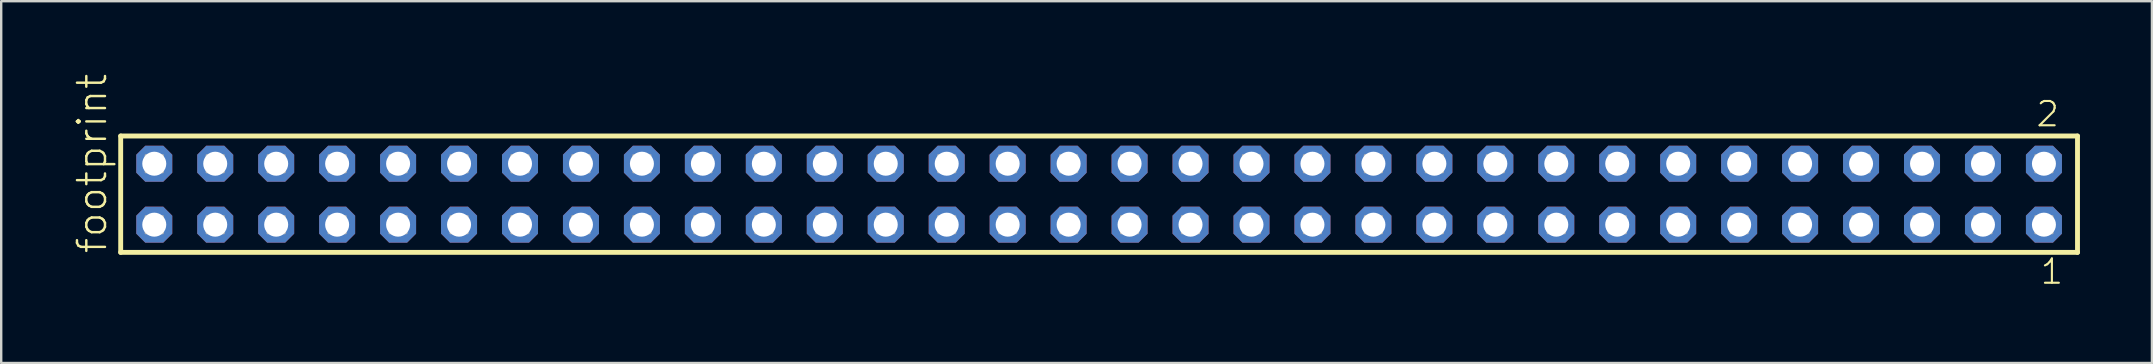
<source format=kicad_pcb>
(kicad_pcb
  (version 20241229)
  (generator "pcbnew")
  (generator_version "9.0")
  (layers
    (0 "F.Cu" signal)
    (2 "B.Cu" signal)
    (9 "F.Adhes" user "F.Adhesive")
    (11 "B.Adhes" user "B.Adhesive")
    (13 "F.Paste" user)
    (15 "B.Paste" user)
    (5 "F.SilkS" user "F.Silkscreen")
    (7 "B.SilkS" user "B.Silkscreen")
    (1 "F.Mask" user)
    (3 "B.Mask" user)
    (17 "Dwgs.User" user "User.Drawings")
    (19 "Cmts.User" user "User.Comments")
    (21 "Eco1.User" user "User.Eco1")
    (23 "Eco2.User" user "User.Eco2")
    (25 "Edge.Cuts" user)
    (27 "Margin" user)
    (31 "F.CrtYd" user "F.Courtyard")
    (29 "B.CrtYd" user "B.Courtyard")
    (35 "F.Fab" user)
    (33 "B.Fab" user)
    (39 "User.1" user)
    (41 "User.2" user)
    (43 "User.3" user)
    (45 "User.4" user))
  (footprint "footprint"
    (layer "F.Cu")
    (at 42.748 5.042)
    (property "Reference" "footprint" (at -41.275 2.54 90) (layer "F.SilkS") (effects (font (size 1.168 1.168) (thickness 0.102)) (justify left bottom)))
    (fp_line (start -40.769 -2.425) (end 40.769 -2.425) (stroke (width 0.203) (type solid)) (layer "F.SilkS"))
    (fp_line (start -40.769 2.425) (end -40.769 -2.425) (stroke (width 0.203) (type solid)) (layer "F.SilkS"))
    (fp_line (start 40.769 -2.425) (end 40.769 2.425) (stroke (width 0.203) (type solid)) (layer "F.SilkS"))
    (fp_line (start 40.769 2.425) (end -40.769 2.425) (stroke (width 0.203) (type solid)) (layer "F.SilkS"))
    (fp_poly (pts (xy -39.72 -0.92) (xy -39.02 -0.92) (xy -39.02 -1.62) (xy -39.72 -1.62)) (stroke (width 0.1) (type solid)) (fill no) (layer "F.Fab"))
    (fp_poly (pts (xy -39.72 1.62) (xy -39.02 1.62) (xy -39.02 0.92) (xy -39.72 0.92)) (stroke (width 0.1) (type solid)) (fill no) (layer "F.Fab"))
    (fp_poly (pts (xy -37.18 -0.92) (xy -36.48 -0.92) (xy -36.48 -1.62) (xy -37.18 -1.62)) (stroke (width 0.1) (type solid)) (fill no) (layer "F.Fab"))
    (fp_poly (pts (xy -37.18 1.62) (xy -36.48 1.62) (xy -36.48 0.92) (xy -37.18 0.92)) (stroke (width 0.1) (type solid)) (fill no) (layer "F.Fab"))
    (fp_poly (pts (xy -34.64 -0.92) (xy -33.94 -0.92) (xy -33.94 -1.62) (xy -34.64 -1.62)) (stroke (width 0.1) (type solid)) (fill no) (layer "F.Fab"))
    (fp_poly (pts (xy -34.64 1.62) (xy -33.94 1.62) (xy -33.94 0.92) (xy -34.64 0.92)) (stroke (width 0.1) (type solid)) (fill no) (layer "F.Fab"))
    (fp_poly (pts (xy -32.1 -0.92) (xy -31.4 -0.92) (xy -31.4 -1.62) (xy -32.1 -1.62)) (stroke (width 0.1) (type solid)) (fill no) (layer "F.Fab"))
    (fp_poly (pts (xy -32.1 1.62) (xy -31.4 1.62) (xy -31.4 0.92) (xy -32.1 0.92)) (stroke (width 0.1) (type solid)) (fill no) (layer "F.Fab"))
    (fp_poly (pts (xy -29.56 -0.92) (xy -28.86 -0.92) (xy -28.86 -1.62) (xy -29.56 -1.62)) (stroke (width 0.1) (type solid)) (fill no) (layer "F.Fab"))
    (fp_poly (pts (xy -29.56 1.62) (xy -28.86 1.62) (xy -28.86 0.92) (xy -29.56 0.92)) (stroke (width 0.1) (type solid)) (fill no) (layer "F.Fab"))
    (fp_poly (pts (xy -27.02 -0.92) (xy -26.32 -0.92) (xy -26.32 -1.62) (xy -27.02 -1.62)) (stroke (width 0.1) (type solid)) (fill no) (layer "F.Fab"))
    (fp_poly (pts (xy -27.02 1.62) (xy -26.32 1.62) (xy -26.32 0.92) (xy -27.02 0.92)) (stroke (width 0.1) (type solid)) (fill no) (layer "F.Fab"))
    (fp_poly (pts (xy -24.48 -0.92) (xy -23.78 -0.92) (xy -23.78 -1.62) (xy -24.48 -1.62)) (stroke (width 0.1) (type solid)) (fill no) (layer "F.Fab"))
    (fp_poly (pts (xy -24.48 1.62) (xy -23.78 1.62) (xy -23.78 0.92) (xy -24.48 0.92)) (stroke (width 0.1) (type solid)) (fill no) (layer "F.Fab"))
    (fp_poly (pts (xy -21.94 -0.92) (xy -21.24 -0.92) (xy -21.24 -1.62) (xy -21.94 -1.62)) (stroke (width 0.1) (type solid)) (fill no) (layer "F.Fab"))
    (fp_poly (pts (xy -21.94 1.62) (xy -21.24 1.62) (xy -21.24 0.92) (xy -21.94 0.92)) (stroke (width 0.1) (type solid)) (fill no) (layer "F.Fab"))
    (fp_poly (pts (xy -19.4 -0.92) (xy -18.7 -0.92) (xy -18.7 -1.62) (xy -19.4 -1.62)) (stroke (width 0.1) (type solid)) (fill no) (layer "F.Fab"))
    (fp_poly (pts (xy -19.4 1.62) (xy -18.7 1.62) (xy -18.7 0.92) (xy -19.4 0.92)) (stroke (width 0.1) (type solid)) (fill no) (layer "F.Fab"))
    (fp_poly (pts (xy -16.86 -0.92) (xy -16.16 -0.92) (xy -16.16 -1.62) (xy -16.86 -1.62)) (stroke (width 0.1) (type solid)) (fill no) (layer "F.Fab"))
    (fp_poly (pts (xy -16.86 1.62) (xy -16.16 1.62) (xy -16.16 0.92) (xy -16.86 0.92)) (stroke (width 0.1) (type solid)) (fill no) (layer "F.Fab"))
    (fp_poly (pts (xy -14.32 -0.92) (xy -13.62 -0.92) (xy -13.62 -1.62) (xy -14.32 -1.62)) (stroke (width 0.1) (type solid)) (fill no) (layer "F.Fab"))
    (fp_poly (pts (xy -14.32 1.62) (xy -13.62 1.62) (xy -13.62 0.92) (xy -14.32 0.92)) (stroke (width 0.1) (type solid)) (fill no) (layer "F.Fab"))
    (fp_poly (pts (xy -11.78 -0.92) (xy -11.08 -0.92) (xy -11.08 -1.62) (xy -11.78 -1.62)) (stroke (width 0.1) (type solid)) (fill no) (layer "F.Fab"))
    (fp_poly (pts (xy -11.78 1.62) (xy -11.08 1.62) (xy -11.08 0.92) (xy -11.78 0.92)) (stroke (width 0.1) (type solid)) (fill no) (layer "F.Fab"))
    (fp_poly (pts (xy -9.24 -0.92) (xy -8.54 -0.92) (xy -8.54 -1.62) (xy -9.24 -1.62)) (stroke (width 0.1) (type solid)) (fill no) (layer "F.Fab"))
    (fp_poly (pts (xy -9.24 1.62) (xy -8.54 1.62) (xy -8.54 0.92) (xy -9.24 0.92)) (stroke (width 0.1) (type solid)) (fill no) (layer "F.Fab"))
    (fp_poly (pts (xy -6.7 -0.92) (xy -6 -0.92) (xy -6 -1.62) (xy -6.7 -1.62)) (stroke (width 0.1) (type solid)) (fill no) (layer "F.Fab"))
    (fp_poly (pts (xy -6.7 1.62) (xy -6 1.62) (xy -6 0.92) (xy -6.7 0.92)) (stroke (width 0.1) (type solid)) (fill no) (layer "F.Fab"))
    (fp_poly (pts (xy -4.16 -0.92) (xy -3.46 -0.92) (xy -3.46 -1.62) (xy -4.16 -1.62)) (stroke (width 0.1) (type solid)) (fill no) (layer "F.Fab"))
    (fp_poly (pts (xy -4.16 1.62) (xy -3.46 1.62) (xy -3.46 0.92) (xy -4.16 0.92)) (stroke (width 0.1) (type solid)) (fill no) (layer "F.Fab"))
    (fp_poly (pts (xy -1.62 -0.92) (xy -0.92 -0.92) (xy -0.92 -1.62) (xy -1.62 -1.62)) (stroke (width 0.1) (type solid)) (fill no) (layer "F.Fab"))
    (fp_poly (pts (xy -1.62 1.62) (xy -0.92 1.62) (xy -0.92 0.92) (xy -1.62 0.92)) (stroke (width 0.1) (type solid)) (fill no) (layer "F.Fab"))
    (fp_poly (pts (xy 0.92 -0.92) (xy 1.62 -0.92) (xy 1.62 -1.62) (xy 0.92 -1.62)) (stroke (width 0.1) (type solid)) (fill no) (layer "F.Fab"))
    (fp_poly (pts (xy 0.92 1.62) (xy 1.62 1.62) (xy 1.62 0.92) (xy 0.92 0.92)) (stroke (width 0.1) (type solid)) (fill no) (layer "F.Fab"))
    (fp_poly (pts (xy 3.46 -0.92) (xy 4.16 -0.92) (xy 4.16 -1.62) (xy 3.46 -1.62)) (stroke (width 0.1) (type solid)) (fill no) (layer "F.Fab"))
    (fp_poly (pts (xy 3.46 1.62) (xy 4.16 1.62) (xy 4.16 0.92) (xy 3.46 0.92)) (stroke (width 0.1) (type solid)) (fill no) (layer "F.Fab"))
    (fp_poly (pts (xy 6 -0.92) (xy 6.7 -0.92) (xy 6.7 -1.62) (xy 6 -1.62)) (stroke (width 0.1) (type solid)) (fill no) (layer "F.Fab"))
    (fp_poly (pts (xy 6 1.62) (xy 6.7 1.62) (xy 6.7 0.92) (xy 6 0.92)) (stroke (width 0.1) (type solid)) (fill no) (layer "F.Fab"))
    (fp_poly (pts (xy 8.54 -0.92) (xy 9.24 -0.92) (xy 9.24 -1.62) (xy 8.54 -1.62)) (stroke (width 0.1) (type solid)) (fill no) (layer "F.Fab"))
    (fp_poly (pts (xy 8.54 1.62) (xy 9.24 1.62) (xy 9.24 0.92) (xy 8.54 0.92)) (stroke (width 0.1) (type solid)) (fill no) (layer "F.Fab"))
    (fp_poly (pts (xy 11.08 -0.92) (xy 11.78 -0.92) (xy 11.78 -1.62) (xy 11.08 -1.62)) (stroke (width 0.1) (type solid)) (fill no) (layer "F.Fab"))
    (fp_poly (pts (xy 11.08 1.62) (xy 11.78 1.62) (xy 11.78 0.92) (xy 11.08 0.92)) (stroke (width 0.1) (type solid)) (fill no) (layer "F.Fab"))
    (fp_poly (pts (xy 13.62 -0.92) (xy 14.32 -0.92) (xy 14.32 -1.62) (xy 13.62 -1.62)) (stroke (width 0.1) (type solid)) (fill no) (layer "F.Fab"))
    (fp_poly (pts (xy 13.62 1.62) (xy 14.32 1.62) (xy 14.32 0.92) (xy 13.62 0.92)) (stroke (width 0.1) (type solid)) (fill no) (layer "F.Fab"))
    (fp_poly (pts (xy 16.16 -0.92) (xy 16.86 -0.92) (xy 16.86 -1.62) (xy 16.16 -1.62)) (stroke (width 0.1) (type solid)) (fill no) (layer "F.Fab"))
    (fp_poly (pts (xy 16.16 1.62) (xy 16.86 1.62) (xy 16.86 0.92) (xy 16.16 0.92)) (stroke (width 0.1) (type solid)) (fill no) (layer "F.Fab"))
    (fp_poly (pts (xy 18.7 -0.92) (xy 19.4 -0.92) (xy 19.4 -1.62) (xy 18.7 -1.62)) (stroke (width 0.1) (type solid)) (fill no) (layer "F.Fab"))
    (fp_poly (pts (xy 18.7 1.62) (xy 19.4 1.62) (xy 19.4 0.92) (xy 18.7 0.92)) (stroke (width 0.1) (type solid)) (fill no) (layer "F.Fab"))
    (fp_poly (pts (xy 21.24 -0.92) (xy 21.94 -0.92) (xy 21.94 -1.62) (xy 21.24 -1.62)) (stroke (width 0.1) (type solid)) (fill no) (layer "F.Fab"))
    (fp_poly (pts (xy 21.24 1.62) (xy 21.94 1.62) (xy 21.94 0.92) (xy 21.24 0.92)) (stroke (width 0.1) (type solid)) (fill no) (layer "F.Fab"))
    (fp_poly (pts (xy 23.78 -0.92) (xy 24.48 -0.92) (xy 24.48 -1.62) (xy 23.78 -1.62)) (stroke (width 0.1) (type solid)) (fill no) (layer "F.Fab"))
    (fp_poly (pts (xy 23.78 1.62) (xy 24.48 1.62) (xy 24.48 0.92) (xy 23.78 0.92)) (stroke (width 0.1) (type solid)) (fill no) (layer "F.Fab"))
    (fp_poly (pts (xy 26.32 -0.92) (xy 27.02 -0.92) (xy 27.02 -1.62) (xy 26.32 -1.62)) (stroke (width 0.1) (type solid)) (fill no) (layer "F.Fab"))
    (fp_poly (pts (xy 26.32 1.62) (xy 27.02 1.62) (xy 27.02 0.92) (xy 26.32 0.92)) (stroke (width 0.1) (type solid)) (fill no) (layer "F.Fab"))
    (fp_poly (pts (xy 28.86 -0.92) (xy 29.56 -0.92) (xy 29.56 -1.62) (xy 28.86 -1.62)) (stroke (width 0.1) (type solid)) (fill no) (layer "F.Fab"))
    (fp_poly (pts (xy 28.86 1.62) (xy 29.56 1.62) (xy 29.56 0.92) (xy 28.86 0.92)) (stroke (width 0.1) (type solid)) (fill no) (layer "F.Fab"))
    (fp_poly (pts (xy 31.4 -0.92) (xy 32.1 -0.92) (xy 32.1 -1.62) (xy 31.4 -1.62)) (stroke (width 0.1) (type solid)) (fill no) (layer "F.Fab"))
    (fp_poly (pts (xy 31.4 1.62) (xy 32.1 1.62) (xy 32.1 0.92) (xy 31.4 0.92)) (stroke (width 0.1) (type solid)) (fill no) (layer "F.Fab"))
    (fp_poly (pts (xy 33.94 -0.92) (xy 34.64 -0.92) (xy 34.64 -1.62) (xy 33.94 -1.62)) (stroke (width 0.1) (type solid)) (fill no) (layer "F.Fab"))
    (fp_poly (pts (xy 33.94 1.62) (xy 34.64 1.62) (xy 34.64 0.92) (xy 33.94 0.92)) (stroke (width 0.1) (type solid)) (fill no) (layer "F.Fab"))
    (fp_poly (pts (xy 36.48 -0.92) (xy 37.18 -0.92) (xy 37.18 -1.62) (xy 36.48 -1.62)) (stroke (width 0.1) (type solid)) (fill no) (layer "F.Fab"))
    (fp_poly (pts (xy 36.48 1.62) (xy 37.18 1.62) (xy 37.18 0.92) (xy 36.48 0.92)) (stroke (width 0.1) (type solid)) (fill no) (layer "F.Fab"))
    (fp_poly (pts (xy 39.02 -0.92) (xy 39.72 -0.92) (xy 39.72 -1.62) (xy 39.02 -1.62)) (stroke (width 0.1) (type solid)) (fill no) (layer "F.Fab"))
    (fp_poly (pts (xy 39.02 1.62) (xy 39.72 1.62) (xy 39.72 0.92) (xy 39.02 0.92)) (stroke (width 0.1) (type solid)) (fill no) (layer "F.Fab"))
    (fp_text user "2" (at 38.987 -2.744 0) (layer "F.SilkS") (effects (font (size 1.012 1.012) (thickness 0.088)) (justify left bottom)))
    (fp_text user "1" (at 39.162 3.818 0) (layer "F.SilkS") (effects (font (size 1.012 1.012) (thickness 0.088)) (justify left bottom)))
    (pad "1" thru_hole roundrect (at 39.37 1.27 180) (size 1.5 1.5) (drill 1) (layers "*.Cu" "*.Mask") (roundrect_rratio 0.25) (chamfer_ratio 0.25) (chamfer top_left top_right bottom_left bottom_right))
    (pad "2" thru_hole roundrect (at 39.37 -1.27 180) (size 1.5 1.5) (drill 1) (layers "*.Cu" "*.Mask") (roundrect_rratio 0.25) (chamfer_ratio 0.25) (chamfer top_left top_right bottom_left bottom_right))
    (pad "3" thru_hole roundrect (at 36.83 1.27 180) (size 1.5 1.5) (drill 1) (layers "*.Cu" "*.Mask") (roundrect_rratio 0.25) (chamfer_ratio 0.25) (chamfer top_left top_right bottom_left bottom_right))
    (pad "4" thru_hole roundrect (at 36.83 -1.27 180) (size 1.5 1.5) (drill 1) (layers "*.Cu" "*.Mask") (roundrect_rratio 0.25) (chamfer_ratio 0.25) (chamfer top_left top_right bottom_left bottom_right))
    (pad "5" thru_hole roundrect (at 34.29 1.27 180) (size 1.5 1.5) (drill 1) (layers "*.Cu" "*.Mask") (roundrect_rratio 0.25) (chamfer_ratio 0.25) (chamfer top_left top_right bottom_left bottom_right))
    (pad "6" thru_hole roundrect (at 34.29 -1.27 180) (size 1.5 1.5) (drill 1) (layers "*.Cu" "*.Mask") (roundrect_rratio 0.25) (chamfer_ratio 0.25) (chamfer top_left top_right bottom_left bottom_right))
    (pad "7" thru_hole roundrect (at 31.75 1.27 180) (size 1.5 1.5) (drill 1) (layers "*.Cu" "*.Mask") (roundrect_rratio 0.25) (chamfer_ratio 0.25) (chamfer top_left top_right bottom_left bottom_right))
    (pad "8" thru_hole roundrect (at 31.75 -1.27 180) (size 1.5 1.5) (drill 1) (layers "*.Cu" "*.Mask") (roundrect_rratio 0.25) (chamfer_ratio 0.25) (chamfer top_left top_right bottom_left bottom_right))
    (pad "9" thru_hole roundrect (at 29.21 1.27 180) (size 1.5 1.5) (drill 1) (layers "*.Cu" "*.Mask") (roundrect_rratio 0.25) (chamfer_ratio 0.25) (chamfer top_left top_right bottom_left bottom_right))
    (pad "10" thru_hole roundrect (at 29.21 -1.27 180) (size 1.5 1.5) (drill 1) (layers "*.Cu" "*.Mask") (roundrect_rratio 0.25) (chamfer_ratio 0.25) (chamfer top_left top_right bottom_left bottom_right))
    (pad "11" thru_hole roundrect (at 26.67 1.27 180) (size 1.5 1.5) (drill 1) (layers "*.Cu" "*.Mask") (roundrect_rratio 0.25) (chamfer_ratio 0.25) (chamfer top_left top_right bottom_left bottom_right))
    (pad "12" thru_hole roundrect (at 26.67 -1.27 180) (size 1.5 1.5) (drill 1) (layers "*.Cu" "*.Mask") (roundrect_rratio 0.25) (chamfer_ratio 0.25) (chamfer top_left top_right bottom_left bottom_right))
    (pad "13" thru_hole roundrect (at 24.13 1.27 180) (size 1.5 1.5) (drill 1) (layers "*.Cu" "*.Mask") (roundrect_rratio 0.25) (chamfer_ratio 0.25) (chamfer top_left top_right bottom_left bottom_right))
    (pad "14" thru_hole roundrect (at 24.13 -1.27 180) (size 1.5 1.5) (drill 1) (layers "*.Cu" "*.Mask") (roundrect_rratio 0.25) (chamfer_ratio 0.25) (chamfer top_left top_right bottom_left bottom_right))
    (pad "15" thru_hole roundrect (at 21.59 1.27 180) (size 1.5 1.5) (drill 1) (layers "*.Cu" "*.Mask") (roundrect_rratio 0.25) (chamfer_ratio 0.25) (chamfer top_left top_right bottom_left bottom_right))
    (pad "16" thru_hole roundrect (at 21.59 -1.27 180) (size 1.5 1.5) (drill 1) (layers "*.Cu" "*.Mask") (roundrect_rratio 0.25) (chamfer_ratio 0.25) (chamfer top_left top_right bottom_left bottom_right))
    (pad "17" thru_hole roundrect (at 19.05 1.27 180) (size 1.5 1.5) (drill 1) (layers "*.Cu" "*.Mask") (roundrect_rratio 0.25) (chamfer_ratio 0.25) (chamfer top_left top_right bottom_left bottom_right))
    (pad "18" thru_hole roundrect (at 19.05 -1.27 180) (size 1.5 1.5) (drill 1) (layers "*.Cu" "*.Mask") (roundrect_rratio 0.25) (chamfer_ratio 0.25) (chamfer top_left top_right bottom_left bottom_right))
    (pad "19" thru_hole roundrect (at 16.51 1.27 180) (size 1.5 1.5) (drill 1) (layers "*.Cu" "*.Mask") (roundrect_rratio 0.25) (chamfer_ratio 0.25) (chamfer top_left top_right bottom_left bottom_right))
    (pad "20" thru_hole roundrect (at 16.51 -1.27 180) (size 1.5 1.5) (drill 1) (layers "*.Cu" "*.Mask") (roundrect_rratio 0.25) (chamfer_ratio 0.25) (chamfer top_left top_right bottom_left bottom_right))
    (pad "21" thru_hole roundrect (at 13.97 1.27 180) (size 1.5 1.5) (drill 1) (layers "*.Cu" "*.Mask") (roundrect_rratio 0.25) (chamfer_ratio 0.25) (chamfer top_left top_right bottom_left bottom_right))
    (pad "22" thru_hole roundrect (at 13.97 -1.27 180) (size 1.5 1.5) (drill 1) (layers "*.Cu" "*.Mask") (roundrect_rratio 0.25) (chamfer_ratio 0.25) (chamfer top_left top_right bottom_left bottom_right))
    (pad "23" thru_hole roundrect (at 11.43 1.27 180) (size 1.5 1.5) (drill 1) (layers "*.Cu" "*.Mask") (roundrect_rratio 0.25) (chamfer_ratio 0.25) (chamfer top_left top_right bottom_left bottom_right))
    (pad "24" thru_hole roundrect (at 11.43 -1.27 180) (size 1.5 1.5) (drill 1) (layers "*.Cu" "*.Mask") (roundrect_rratio 0.25) (chamfer_ratio 0.25) (chamfer top_left top_right bottom_left bottom_right))
    (pad "25" thru_hole roundrect (at 8.89 1.27 180) (size 1.5 1.5) (drill 1) (layers "*.Cu" "*.Mask") (roundrect_rratio 0.25) (chamfer_ratio 0.25) (chamfer top_left top_right bottom_left bottom_right))
    (pad "26" thru_hole roundrect (at 8.89 -1.27 180) (size 1.5 1.5) (drill 1) (layers "*.Cu" "*.Mask") (roundrect_rratio 0.25) (chamfer_ratio 0.25) (chamfer top_left top_right bottom_left bottom_right))
    (pad "27" thru_hole roundrect (at 6.35 1.27 180) (size 1.5 1.5) (drill 1) (layers "*.Cu" "*.Mask") (roundrect_rratio 0.25) (chamfer_ratio 0.25) (chamfer top_left top_right bottom_left bottom_right))
    (pad "28" thru_hole roundrect (at 6.35 -1.27 180) (size 1.5 1.5) (drill 1) (layers "*.Cu" "*.Mask") (roundrect_rratio 0.25) (chamfer_ratio 0.25) (chamfer top_left top_right bottom_left bottom_right))
    (pad "29" thru_hole roundrect (at 3.81 1.27 180) (size 1.5 1.5) (drill 1) (layers "*.Cu" "*.Mask") (roundrect_rratio 0.25) (chamfer_ratio 0.25) (chamfer top_left top_right bottom_left bottom_right))
    (pad "30" thru_hole roundrect (at 3.81 -1.27 180) (size 1.5 1.5) (drill 1) (layers "*.Cu" "*.Mask") (roundrect_rratio 0.25) (chamfer_ratio 0.25) (chamfer top_left top_right bottom_left bottom_right))
    (pad "31" thru_hole roundrect (at 1.27 1.27 180) (size 1.5 1.5) (drill 1) (layers "*.Cu" "*.Mask") (roundrect_rratio 0.25) (chamfer_ratio 0.25) (chamfer top_left top_right bottom_left bottom_right))
    (pad "32" thru_hole roundrect (at 1.27 -1.27 180) (size 1.5 1.5) (drill 1) (layers "*.Cu" "*.Mask") (roundrect_rratio 0.25) (chamfer_ratio 0.25) (chamfer top_left top_right bottom_left bottom_right))
    (pad "33" thru_hole roundrect (at -1.27 1.27 180) (size 1.5 1.5) (drill 1) (layers "*.Cu" "*.Mask") (roundrect_rratio 0.25) (chamfer_ratio 0.25) (chamfer top_left top_right bottom_left bottom_right))
    (pad "34" thru_hole roundrect (at -1.27 -1.27 180) (size 1.5 1.5) (drill 1) (layers "*.Cu" "*.Mask") (roundrect_rratio 0.25) (chamfer_ratio 0.25) (chamfer top_left top_right bottom_left bottom_right))
    (pad "35" thru_hole roundrect (at -3.81 1.27 180) (size 1.5 1.5) (drill 1) (layers "*.Cu" "*.Mask") (roundrect_rratio 0.25) (chamfer_ratio 0.25) (chamfer top_left top_right bottom_left bottom_right))
    (pad "36" thru_hole roundrect (at -3.81 -1.27 180) (size 1.5 1.5) (drill 1) (layers "*.Cu" "*.Mask") (roundrect_rratio 0.25) (chamfer_ratio 0.25) (chamfer top_left top_right bottom_left bottom_right))
    (pad "37" thru_hole roundrect (at -6.35 1.27 180) (size 1.5 1.5) (drill 1) (layers "*.Cu" "*.Mask") (roundrect_rratio 0.25) (chamfer_ratio 0.25) (chamfer top_left top_right bottom_left bottom_right))
    (pad "38" thru_hole roundrect (at -6.35 -1.27 180) (size 1.5 1.5) (drill 1) (layers "*.Cu" "*.Mask") (roundrect_rratio 0.25) (chamfer_ratio 0.25) (chamfer top_left top_right bottom_left bottom_right))
    (pad "39" thru_hole roundrect (at -8.89 1.27 180) (size 1.5 1.5) (drill 1) (layers "*.Cu" "*.Mask") (roundrect_rratio 0.25) (chamfer_ratio 0.25) (chamfer top_left top_right bottom_left bottom_right))
    (pad "40" thru_hole roundrect (at -8.89 -1.27 180) (size 1.5 1.5) (drill 1) (layers "*.Cu" "*.Mask") (roundrect_rratio 0.25) (chamfer_ratio 0.25) (chamfer top_left top_right bottom_left bottom_right))
    (pad "41" thru_hole roundrect (at -11.43 1.27 180) (size 1.5 1.5) (drill 1) (layers "*.Cu" "*.Mask") (roundrect_rratio 0.25) (chamfer_ratio 0.25) (chamfer top_left top_right bottom_left bottom_right))
    (pad "42" thru_hole roundrect (at -11.43 -1.27 180) (size 1.5 1.5) (drill 1) (layers "*.Cu" "*.Mask") (roundrect_rratio 0.25) (chamfer_ratio 0.25) (chamfer top_left top_right bottom_left bottom_right))
    (pad "43" thru_hole roundrect (at -13.97 1.27 180) (size 1.5 1.5) (drill 1) (layers "*.Cu" "*.Mask") (roundrect_rratio 0.25) (chamfer_ratio 0.25) (chamfer top_left top_right bottom_left bottom_right))
    (pad "44" thru_hole roundrect (at -13.97 -1.27 180) (size 1.5 1.5) (drill 1) (layers "*.Cu" "*.Mask") (roundrect_rratio 0.25) (chamfer_ratio 0.25) (chamfer top_left top_right bottom_left bottom_right))
    (pad "45" thru_hole roundrect (at -16.51 1.27 180) (size 1.5 1.5) (drill 1) (layers "*.Cu" "*.Mask") (roundrect_rratio 0.25) (chamfer_ratio 0.25) (chamfer top_left top_right bottom_left bottom_right))
    (pad "46" thru_hole roundrect (at -16.51 -1.27 180) (size 1.5 1.5) (drill 1) (layers "*.Cu" "*.Mask") (roundrect_rratio 0.25) (chamfer_ratio 0.25) (chamfer top_left top_right bottom_left bottom_right))
    (pad "47" thru_hole roundrect (at -19.05 1.27 180) (size 1.5 1.5) (drill 1) (layers "*.Cu" "*.Mask") (roundrect_rratio 0.25) (chamfer_ratio 0.25) (chamfer top_left top_right bottom_left bottom_right))
    (pad "48" thru_hole roundrect (at -19.05 -1.27 180) (size 1.5 1.5) (drill 1) (layers "*.Cu" "*.Mask") (roundrect_rratio 0.25) (chamfer_ratio 0.25) (chamfer top_left top_right bottom_left bottom_right))
    (pad "49" thru_hole roundrect (at -21.59 1.27 180) (size 1.5 1.5) (drill 1) (layers "*.Cu" "*.Mask") (roundrect_rratio 0.25) (chamfer_ratio 0.25) (chamfer top_left top_right bottom_left bottom_right))
    (pad "50" thru_hole roundrect (at -21.59 -1.27 180) (size 1.5 1.5) (drill 1) (layers "*.Cu" "*.Mask") (roundrect_rratio 0.25) (chamfer_ratio 0.25) (chamfer top_left top_right bottom_left bottom_right))
    (pad "51" thru_hole roundrect (at -24.13 1.27 180) (size 1.5 1.5) (drill 1) (layers "*.Cu" "*.Mask") (roundrect_rratio 0.25) (chamfer_ratio 0.25) (chamfer top_left top_right bottom_left bottom_right))
    (pad "52" thru_hole roundrect (at -24.13 -1.27 180) (size 1.5 1.5) (drill 1) (layers "*.Cu" "*.Mask") (roundrect_rratio 0.25) (chamfer_ratio 0.25) (chamfer top_left top_right bottom_left bottom_right))
    (pad "53" thru_hole roundrect (at -26.67 1.27 180) (size 1.5 1.5) (drill 1) (layers "*.Cu" "*.Mask") (roundrect_rratio 0.25) (chamfer_ratio 0.25) (chamfer top_left top_right bottom_left bottom_right))
    (pad "54" thru_hole roundrect (at -26.67 -1.27 180) (size 1.5 1.5) (drill 1) (layers "*.Cu" "*.Mask") (roundrect_rratio 0.25) (chamfer_ratio 0.25) (chamfer top_left top_right bottom_left bottom_right))
    (pad "55" thru_hole roundrect (at -29.21 1.27 180) (size 1.5 1.5) (drill 1) (layers "*.Cu" "*.Mask") (roundrect_rratio 0.25) (chamfer_ratio 0.25) (chamfer top_left top_right bottom_left bottom_right))
    (pad "56" thru_hole roundrect (at -29.21 -1.27 180) (size 1.5 1.5) (drill 1) (layers "*.Cu" "*.Mask") (roundrect_rratio 0.25) (chamfer_ratio 0.25) (chamfer top_left top_right bottom_left bottom_right))
    (pad "57" thru_hole roundrect (at -31.75 1.27 180) (size 1.5 1.5) (drill 1) (layers "*.Cu" "*.Mask") (roundrect_rratio 0.25) (chamfer_ratio 0.25) (chamfer top_left top_right bottom_left bottom_right))
    (pad "58" thru_hole roundrect (at -31.75 -1.27 180) (size 1.5 1.5) (drill 1) (layers "*.Cu" "*.Mask") (roundrect_rratio 0.25) (chamfer_ratio 0.25) (chamfer top_left top_right bottom_left bottom_right))
    (pad "59" thru_hole roundrect (at -34.29 1.27 180) (size 1.5 1.5) (drill 1) (layers "*.Cu" "*.Mask") (roundrect_rratio 0.25) (chamfer_ratio 0.25) (chamfer top_left top_right bottom_left bottom_right))
    (pad "60" thru_hole roundrect (at -34.29 -1.27 180) (size 1.5 1.5) (drill 1) (layers "*.Cu" "*.Mask") (roundrect_rratio 0.25) (chamfer_ratio 0.25) (chamfer top_left top_right bottom_left bottom_right))
    (pad "61" thru_hole roundrect (at -36.83 1.27 180) (size 1.5 1.5) (drill 1) (layers "*.Cu" "*.Mask") (roundrect_rratio 0.25) (chamfer_ratio 0.25) (chamfer top_left top_right bottom_left bottom_right))
    (pad "62" thru_hole roundrect (at -36.83 -1.27 180) (size 1.5 1.5) (drill 1) (layers "*.Cu" "*.Mask") (roundrect_rratio 0.25) (chamfer_ratio 0.25) (chamfer top_left top_right bottom_left bottom_right))
    (pad "63" thru_hole roundrect (at -39.37 1.27 180) (size 1.5 1.5) (drill 1) (layers "*.Cu" "*.Mask") (roundrect_rratio 0.25) (chamfer_ratio 0.25) (chamfer top_left top_right bottom_left bottom_right))
    (pad "64" thru_hole roundrect (at -39.37 -1.27 180) (size 1.5 1.5) (drill 1) (layers "*.Cu" "*.Mask") (roundrect_rratio 0.25) (chamfer_ratio 0.25) (chamfer top_left top_right bottom_left bottom_right)))
  (gr_rect
    (start -3 -3)
    (end 86.619 12.077)
    (stroke (width 0.1) (type default))
    (fill no)
    (layer "Edge.Cuts")))
</source>
